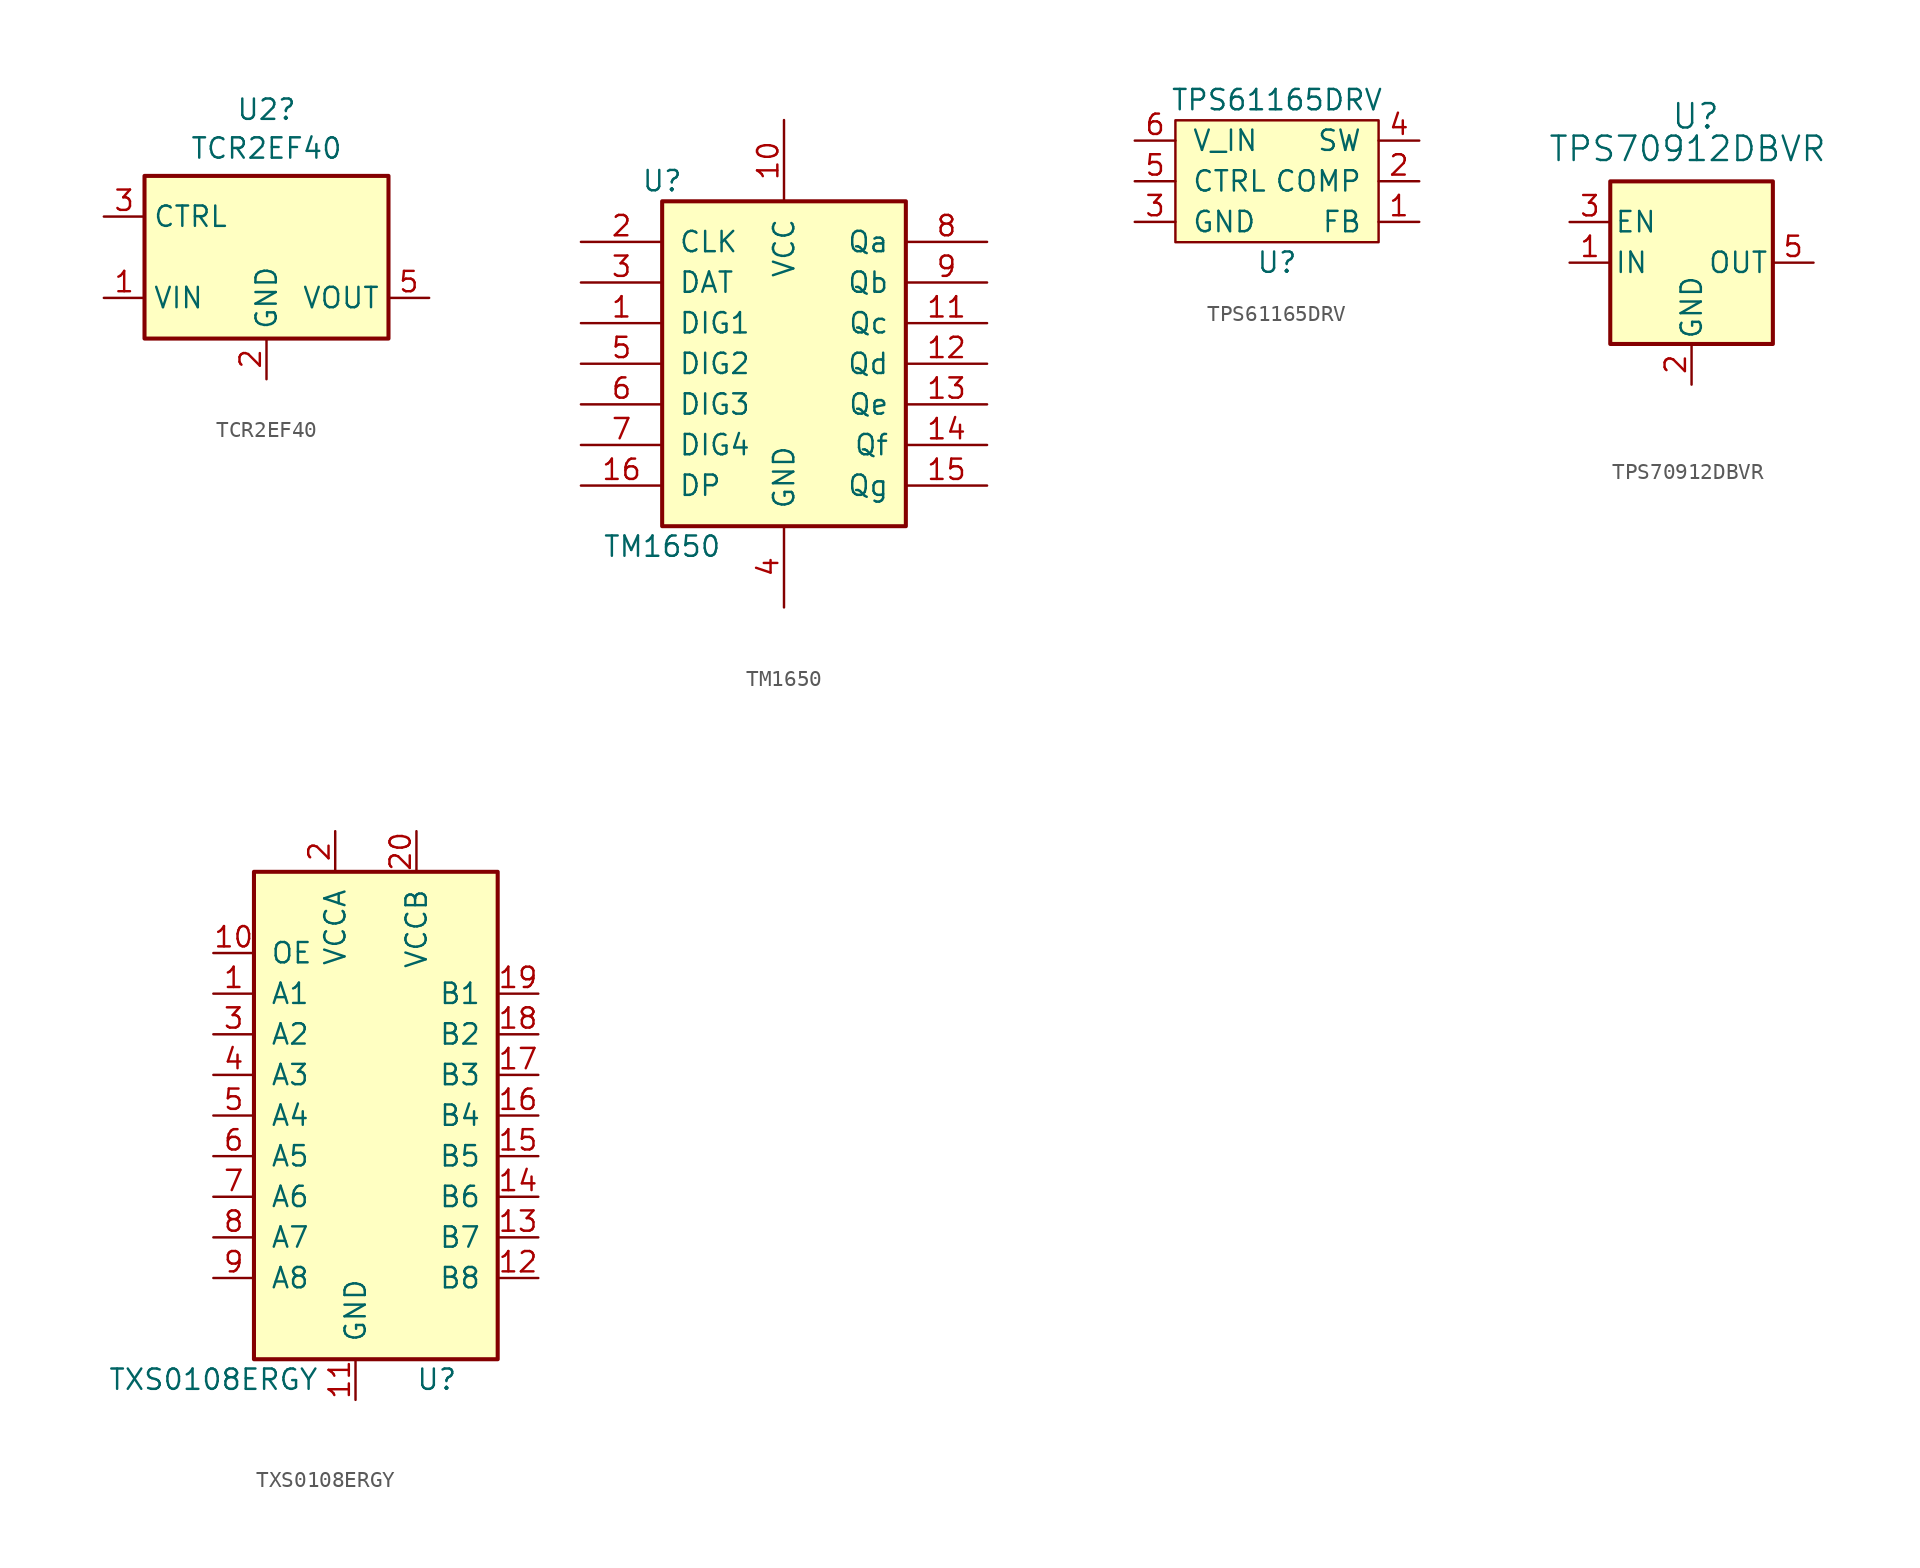
<source format=kicad_sym>
(kicad_symbol_lib
  (version 20231120)
  (generator "kicad_symbol_editor")
  (generator_version "8.0")
  (symbol "TCR2EF40"
    (property "Reference" "U2"
      (at 0 9.224 0)
      (effects (font (size 1.27 1.27))))
    (property "Value" "TCR2EF40"
      (at 0 6.8 0)
      (effects (font (size 1.27 1.27))))
    (symbol "TCR2EF40_0_1"
      (rectangle (start -7.62 5.08) (end 7.62 -5.08) (stroke (width 0.254) (type default)) (fill (type background))))
    (symbol "TCR2EF40_1_1"
      (pin power_in line (at -10.16 -2.54 0) (length 2.54) (name "VIN" (effects (font (size 1.27 1.27)))) (number "1" (effects (font (size 1.27 1.27)))))
      (pin power_in line (at 0 -7.62 90) (length 2.54) (name "GND" (effects (font (size 1.27 1.27)))) (number "2" (effects (font (size 1.27 1.27)))))
      (pin input line (at -10.16 2.54 0) (length 2.54) (name "CTRL" (effects (font (size 1.27 1.27)))) (number "3" (effects (font (size 1.27 1.27)))))
      (pin no_connect line (at 10.16 2.54 180) (length 2.54) hide (name "NC" (effects (font (size 1.27 1.27)))) (number "4" (effects (font (size 1.27 1.27)))))
      (pin power_out line (at 10.16 -2.54 180) (length 2.54) (name "VOUT" (effects (font (size 1.27 1.27)))) (number "5" (effects (font (size 1.27 1.27)))))))
  (symbol "TM1650"
    (pin_names
      (offset 1.016))
    (property "Reference" "U"
      (at -7.62 11.43 0)
      (effects (font (size 1.27 1.27))))
    (property "Value" "TM1650"
      (at -7.62 -11.43 0)
      (effects (font (size 1.27 1.27))))
    (symbol "TM1650_1_0"
      (pin output line (at -12.7 2.54 0) (length 5.08) (name "DIG1" (effects (font (size 1.27 1.27)))) (number "1" (effects (font (size 1.27 1.27)))))
      (pin power_in line (at 0 15.24 270) (length 5.08) (name "VCC" (effects (font (size 1.27 1.27)))) (number "10" (effects (font (size 1.27 1.27)))))
      (pin output line (at 12.7 2.54 180) (length 5.08) (name "Qc" (effects (font (size 1.27 1.27)))) (number "11" (effects (font (size 1.27 1.27)))))
      (pin output line (at 12.7 0 180) (length 5.08) (name "Qd" (effects (font (size 1.27 1.27)))) (number "12" (effects (font (size 1.27 1.27)))))
      (pin output line (at 12.7 -2.54 180) (length 5.08) (name "Qe" (effects (font (size 1.27 1.27)))) (number "13" (effects (font (size 1.27 1.27)))))
      (pin output line (at 12.7 -5.08 180) (length 5.08) (name "Qf" (effects (font (size 1.27 1.27)))) (number "14" (effects (font (size 1.27 1.27)))))
      (pin output line (at 12.7 -7.62 180) (length 5.08) (name "Qg" (effects (font (size 1.27 1.27)))) (number "15" (effects (font (size 1.27 1.27)))))
      (pin output line (at -12.7 -7.62 0) (length 5.08) (name "DP" (effects (font (size 1.27 1.27)))) (number "16" (effects (font (size 1.27 1.27)))))
      (pin input line (at -12.7 7.62 0) (length 5.08) (name "CLK" (effects (font (size 1.27 1.27)))) (number "2" (effects (font (size 1.27 1.27)))))
      (pin input line (at -12.7 5.08 0) (length 5.08) (name "DAT" (effects (font (size 1.27 1.27)))) (number "3" (effects (font (size 1.27 1.27)))))
      (pin power_in line (at 0 -15.24 90) (length 5.08) (name "GND" (effects (font (size 1.27 1.27)))) (number "4" (effects (font (size 1.27 1.27)))))
      (pin output line (at -12.7 0 0) (length 5.08) (name "DIG2" (effects (font (size 1.27 1.27)))) (number "5" (effects (font (size 1.27 1.27)))))
      (pin output line (at -12.7 -2.54 0) (length 5.08) (name "DIG3" (effects (font (size 1.27 1.27)))) (number "6" (effects (font (size 1.27 1.27)))))
      (pin output line (at -12.7 -5.08 0) (length 5.08) (name "DIG4" (effects (font (size 1.27 1.27)))) (number "7" (effects (font (size 1.27 1.27)))))
      (pin output line (at 12.7 7.62 180) (length 5.08) (name "Qa" (effects (font (size 1.27 1.27)))) (number "8" (effects (font (size 1.27 1.27)))))
      (pin output line (at 12.7 5.08 180) (length 5.08) (name "Qb" (effects (font (size 1.27 1.27)))) (number "9" (effects (font (size 1.27 1.27))))))
    (symbol "TM1650_1_1"
      (rectangle (start -7.62 10.16) (end 7.62 -10.16) (stroke (width 0.254) (type default)) (fill (type background)))))
  (symbol "TPS61165DRV"
    (pin_names
      (offset 1.016))
    (property "Reference" "U"
      (at 0 -5.08 0)
      (effects (font (size 1.27 1.27))))
    (property "Value" "TPS61165DRV"
      (at 0 5.08 0)
      (effects (font (size 1.27 1.27))))
    (symbol "TPS61165DRV_0_1"
      (rectangle (start -6.35 3.81) (end 6.35 -3.81) (stroke (width 0) (type solid)) (fill (type background))))
    (symbol "TPS61165DRV_1_1"
      (pin input line (at 8.89 -2.54 180) (length 2.54) (name "FB" (effects (font (size 1.27 1.27)))) (number "1" (effects (font (size 1.27 1.27)))))
      (pin output line (at 8.89 0 180) (length 2.54) (name "COMP" (effects (font (size 1.27 1.27)))) (number "2" (effects (font (size 1.27 1.27)))))
      (pin power_out line (at -8.89 -2.54 0) (length 2.54) (name "GND" (effects (font (size 1.27 1.27)))) (number "3" (effects (font (size 1.27 1.27)))))
      (pin input line (at 8.89 2.54 180) (length 2.54) (name "SW" (effects (font (size 1.27 1.27)))) (number "4" (effects (font (size 1.27 1.27)))))
      (pin input line (at -8.89 0 0) (length 2.54) (name "CTRL" (effects (font (size 1.27 1.27)))) (number "5" (effects (font (size 1.27 1.27)))))
      (pin power_in line (at -8.89 2.54 0) (length 2.54) (name "V_IN" (effects (font (size 1.27 1.27)))) (number "6" (effects (font (size 1.27 1.27)))))))
  (symbol "TPS70912DBVR"
    (pin_names
      (offset 0.254))
    (property "Reference" "U"
      (at 12.954 6.604 0)
      (effects (font (size 1.524 1.524))))
    (property "Value" "TPS70912DBVR"
      (at 12.446 4.572 0)
      (effects (font (size 1.524 1.524))))
    (symbol "TPS70912DBVR_1_1"
      (rectangle (start 7.62 2.54) (end 17.78 -7.62) (stroke (width 0.254) (type default)) (fill (type background)))
      (pin input line (at 5.08 -2.54 0) (length 2.54) (name "IN" (effects (font (size 1.27 1.27)))) (number "1" (effects (font (size 1.27 1.27)))))
      (pin power_in line (at 12.7 -10.16 90) (length 2.54) (name "GND" (effects (font (size 1.27 1.27)))) (number "2" (effects (font (size 1.27 1.27)))))
      (pin input line (at 5.08 0 0) (length 2.54) (name "EN" (effects (font (size 1.27 1.27)))) (number "3" (effects (font (size 1.27 1.27)))))
      (pin no_connect line (at 16.51 -12.62 90) (length 5) hide (name "NC" (effects (font (size 1.27 1.27)))) (number "4" (effects (font (size 1.27 1.27)))))
      (pin output line (at 20.32 -2.54 180) (length 2.54) (name "OUT" (effects (font (size 1.27 1.27)))) (number "5" (effects (font (size 1.27 1.27)))))))
  (symbol "TXS0108ERGY"
    (pin_names
      (offset 1.016))
    (property "Reference" "U"
      (at 3.81 -16.51 0)
      (effects (font (size 1.27 1.27))))
    (property "Value" "TXS0108ERGY"
      (at -10.16 -16.51 0)
      (effects (font (size 1.27 1.27))))
    (symbol "TXS0108ERGY_1_1"
      (rectangle (start -7.62 15.24) (end 7.62 -15.24) (stroke (width 0.254) (type solid)) (fill (type background)))
      (pin bidirectional line (at -10.16 7.62 0) (length 2.54) (name "A1" (effects (font (size 1.27 1.27)))) (number "1" (effects (font (size 1.27 1.27)))))
      (pin input line (at -10.16 10.16 0) (length 2.54) (name "OE" (effects (font (size 1.27 1.27)))) (number "10" (effects (font (size 1.27 1.27)))))
      (pin power_in line (at -1.27 -17.78 90) (length 2.54) (name "GND" (effects (font (size 1.27 1.27)))) (number "11" (effects (font (size 1.27 1.27)))))
      (pin bidirectional line (at 10.16 -10.16 180) (length 2.54) (name "B8" (effects (font (size 1.27 1.27)))) (number "12" (effects (font (size 1.27 1.27)))))
      (pin bidirectional line (at 10.16 -7.62 180) (length 2.54) (name "B7" (effects (font (size 1.27 1.27)))) (number "13" (effects (font (size 1.27 1.27)))))
      (pin bidirectional line (at 10.16 -5.08 180) (length 2.54) (name "B6" (effects (font (size 1.27 1.27)))) (number "14" (effects (font (size 1.27 1.27)))))
      (pin bidirectional line (at 10.16 -2.54 180) (length 2.54) (name "B5" (effects (font (size 1.27 1.27)))) (number "15" (effects (font (size 1.27 1.27)))))
      (pin bidirectional line (at 10.16 0 180) (length 2.54) (name "B4" (effects (font (size 1.27 1.27)))) (number "16" (effects (font (size 1.27 1.27)))))
      (pin bidirectional line (at 10.16 2.54 180) (length 2.54) (name "B3" (effects (font (size 1.27 1.27)))) (number "17" (effects (font (size 1.27 1.27)))))
      (pin bidirectional line (at 10.16 5.08 180) (length 2.54) (name "B2" (effects (font (size 1.27 1.27)))) (number "18" (effects (font (size 1.27 1.27)))))
      (pin bidirectional line (at 10.16 7.62 180) (length 2.54) (name "B1" (effects (font (size 1.27 1.27)))) (number "19" (effects (font (size 1.27 1.27)))))
      (pin power_in line (at -2.54 17.78 270) (length 2.54) (name "VCCA" (effects (font (size 1.27 1.27)))) (number "2" (effects (font (size 1.27 1.27)))))
      (pin power_in line (at 2.54 17.78 270) (length 2.54) (name "VCCB" (effects (font (size 1.27 1.27)))) (number "20" (effects (font (size 1.27 1.27)))))
      (pin power_in line (at 2.54 -17.78 90) (length 2.54) hide (name "GND" (effects (font (size 1.27 1.27)))) (number "21" (effects (font (size 1.27 1.27)))))
      (pin bidirectional line (at -10.16 5.08 0) (length 2.54) (name "A2" (effects (font (size 1.27 1.27)))) (number "3" (effects (font (size 1.27 1.27)))))
      (pin bidirectional line (at -10.16 2.54 0) (length 2.54) (name "A3" (effects (font (size 1.27 1.27)))) (number "4" (effects (font (size 1.27 1.27)))))
      (pin bidirectional line (at -10.16 0 0) (length 2.54) (name "A4" (effects (font (size 1.27 1.27)))) (number "5" (effects (font (size 1.27 1.27)))))
      (pin bidirectional line (at -10.16 -2.54 0) (length 2.54) (name "A5" (effects (font (size 1.27 1.27)))) (number "6" (effects (font (size 1.27 1.27)))))
      (pin bidirectional line (at -10.16 -5.08 0) (length 2.54) (name "A6" (effects (font (size 1.27 1.27)))) (number "7" (effects (font (size 1.27 1.27)))))
      (pin bidirectional line (at -10.16 -7.62 0) (length 2.54) (name "A7" (effects (font (size 1.27 1.27)))) (number "8" (effects (font (size 1.27 1.27)))))
      (pin bidirectional line (at -10.16 -10.16 0) (length 2.54) (name "A8" (effects (font (size 1.27 1.27)))) (number "9" (effects (font (size 1.27 1.27))))))))
</source>
